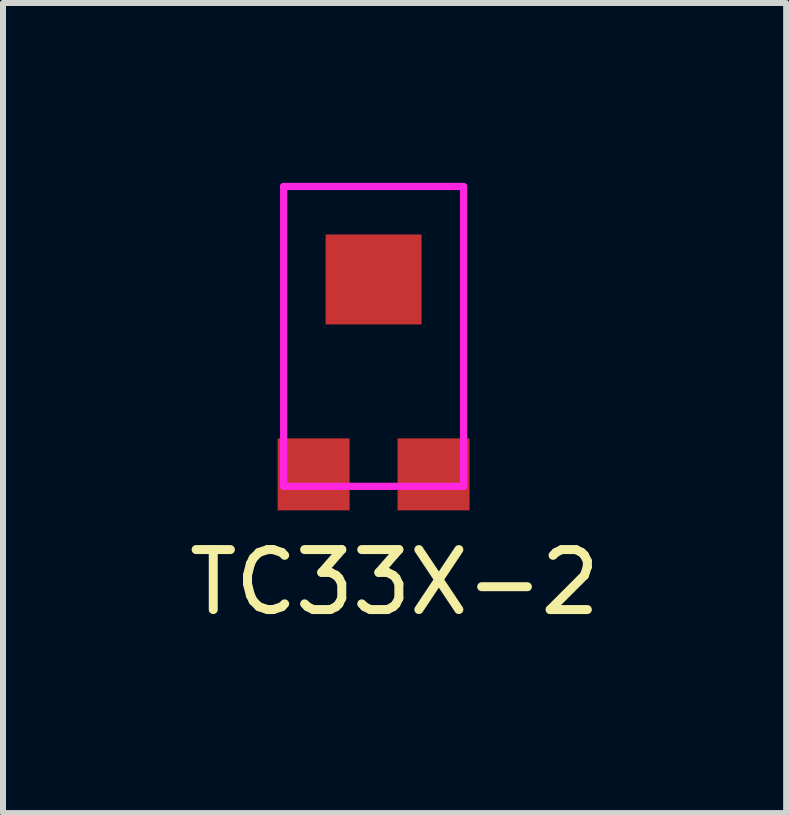
<source format=kicad_pcb>
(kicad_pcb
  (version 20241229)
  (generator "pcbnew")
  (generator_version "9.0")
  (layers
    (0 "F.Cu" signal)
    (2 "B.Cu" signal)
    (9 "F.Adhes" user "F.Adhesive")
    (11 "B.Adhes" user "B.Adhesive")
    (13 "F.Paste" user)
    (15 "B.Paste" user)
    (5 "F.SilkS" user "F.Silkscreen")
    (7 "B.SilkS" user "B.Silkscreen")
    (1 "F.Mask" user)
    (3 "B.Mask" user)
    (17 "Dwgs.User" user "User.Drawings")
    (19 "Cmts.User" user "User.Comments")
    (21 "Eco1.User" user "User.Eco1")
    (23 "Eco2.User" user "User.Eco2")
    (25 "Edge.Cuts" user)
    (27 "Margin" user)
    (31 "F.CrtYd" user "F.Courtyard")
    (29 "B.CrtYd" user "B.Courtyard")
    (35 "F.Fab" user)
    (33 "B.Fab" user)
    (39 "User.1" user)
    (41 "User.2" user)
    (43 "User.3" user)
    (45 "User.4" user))
  (footprint "TC33X-2"
    (layer "F.Cu")
    (at 3.18 3.06)
    (property "Reference" "TC33X-2" (at 0.35 3.6 0) (layer "F.SilkS") (effects (font (size 1 1) (thickness 0.15))))
    (attr through_hole)
    (fp_line (start -1.5 -3) (end 1.5 -3) (stroke (width 0.12) (type solid)) (layer "F.CrtYd"))
    (fp_line (start -1.5 2) (end -1.5 -3) (stroke (width 0.12) (type solid)) (layer "F.CrtYd"))
    (fp_line (start 1.5 -3) (end 1.5 2) (stroke (width 0.12) (type solid)) (layer "F.CrtYd"))
    (fp_line (start 1.5 2) (end -1.5 2) (stroke (width 0.12) (type solid)) (layer "F.CrtYd"))
    (pad "1" smd rect (at -1 1.8) (size 1.2 1.2) (layers "F.Cu" "F.Mask" "F.Paste"))
    (pad "2" smd rect (at 0 -1.45) (size 1.6 1.5) (layers "F.Cu" "F.Mask" "F.Paste"))
    (pad "3" smd rect (at 1 1.8) (size 1.2 1.2) (layers "F.Cu" "F.Mask" "F.Paste")))
  (gr_rect
    (start -3 -3)
    (end 10.06 10.508)
    (stroke (width 0.1) (type default))
    (fill no)
    (layer "Edge.Cuts")))
</source>
